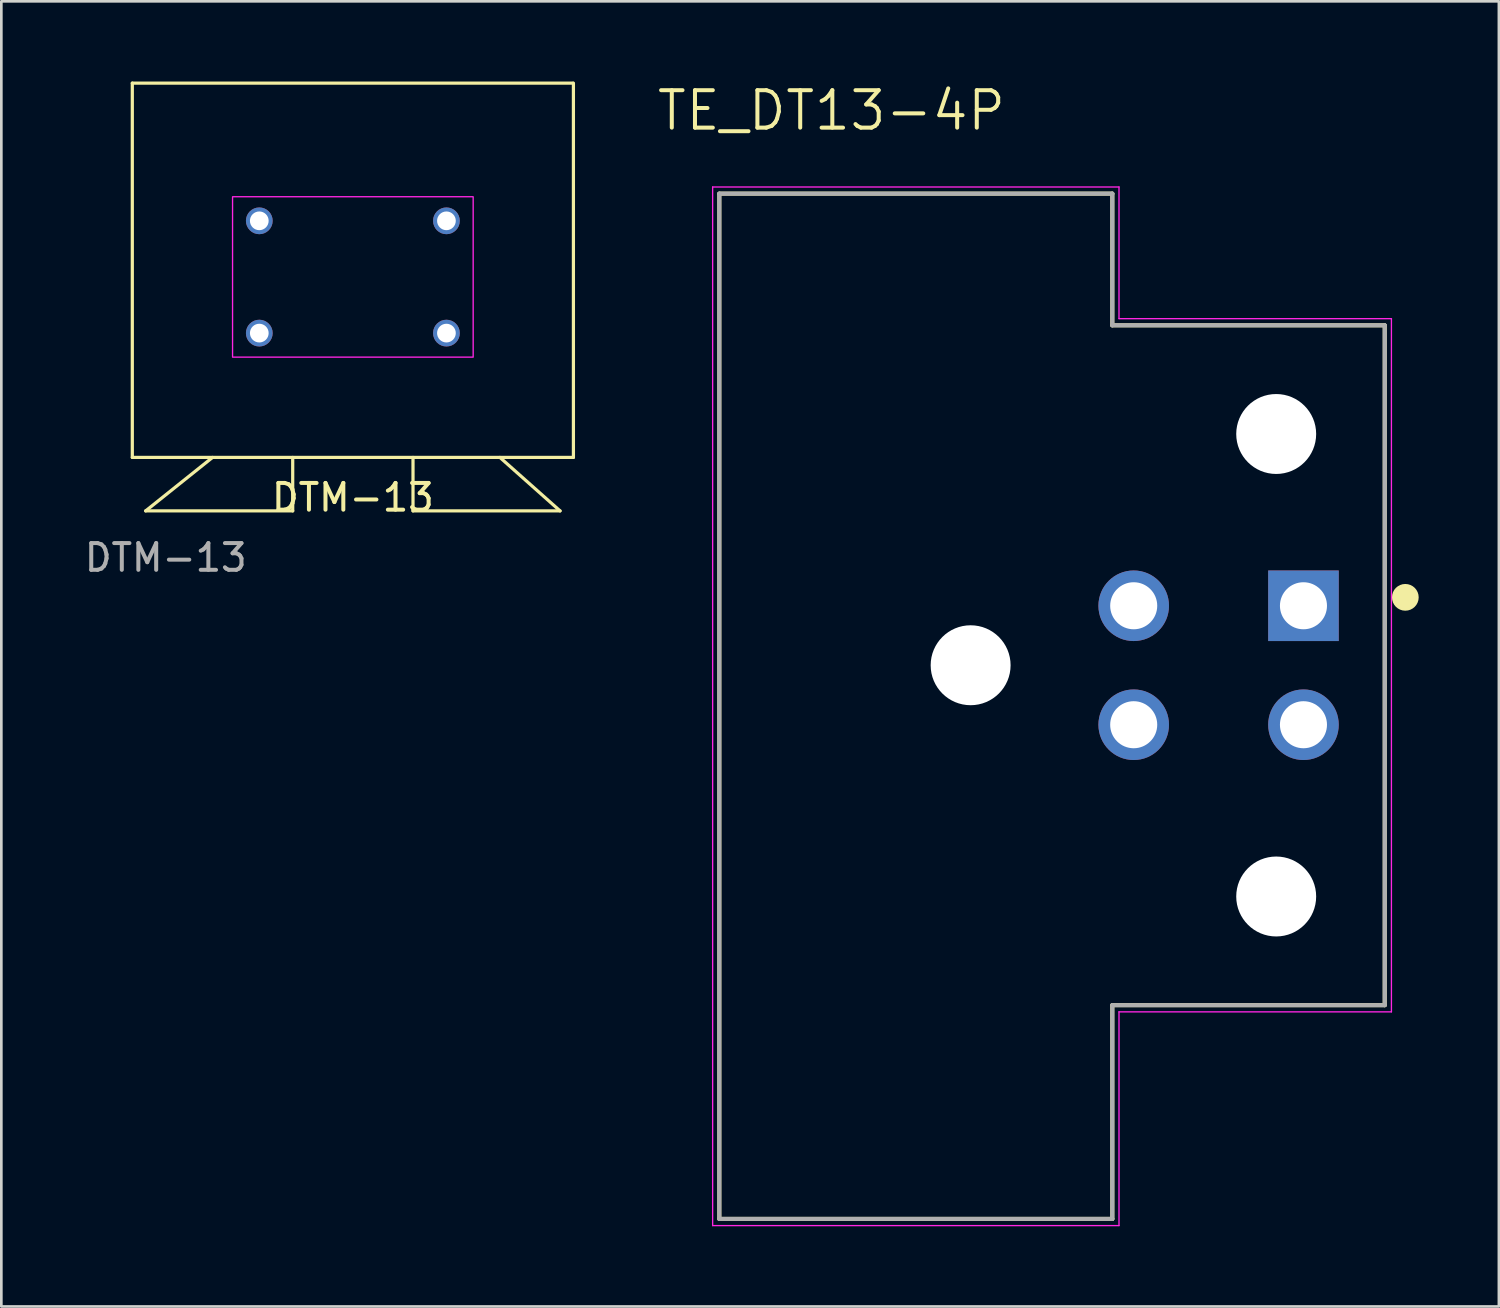
<source format=kicad_pcb>
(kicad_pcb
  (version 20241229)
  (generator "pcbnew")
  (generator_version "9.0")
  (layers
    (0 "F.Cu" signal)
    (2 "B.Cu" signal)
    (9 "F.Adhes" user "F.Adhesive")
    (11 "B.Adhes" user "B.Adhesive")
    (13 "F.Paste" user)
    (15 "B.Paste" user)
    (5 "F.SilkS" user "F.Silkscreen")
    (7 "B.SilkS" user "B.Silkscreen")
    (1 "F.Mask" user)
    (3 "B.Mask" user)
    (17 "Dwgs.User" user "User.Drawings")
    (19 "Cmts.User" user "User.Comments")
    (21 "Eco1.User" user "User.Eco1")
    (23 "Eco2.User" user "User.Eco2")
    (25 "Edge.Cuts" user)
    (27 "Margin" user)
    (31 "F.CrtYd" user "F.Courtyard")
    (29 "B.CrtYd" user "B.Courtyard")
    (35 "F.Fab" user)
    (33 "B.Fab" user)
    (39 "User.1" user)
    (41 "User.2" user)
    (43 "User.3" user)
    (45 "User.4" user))
  (footprint "DTM-13"
    (layer "F.Cu")
    (at 10.149 7.31)
    (property "Reference" "DTM-13" (at 0 8.25 0) (layer "F.SilkS") (effects (font (size 1 1) (thickness 0.15))))
    (attr through_hole)
    (fp_line (start -8.25 -7.25) (end -8.25 6.75) (stroke (width 0.12) (type solid)) (layer "F.SilkS"))
    (fp_line (start -8.25 -7.25) (end 8.225 -7.25) (stroke (width 0.12) (type solid)) (layer "F.SilkS"))
    (fp_line (start -8.25 6.75) (end 8.25 6.75) (stroke (width 0.12) (type solid)) (layer "F.SilkS"))
    (fp_line (start -7.75 8.75) (end -5.25 6.75) (stroke (width 0.12) (type solid)) (layer "F.SilkS"))
    (fp_line (start -7.75 8.75) (end -2.25 8.75) (stroke (width 0.12) (type solid)) (layer "F.SilkS"))
    (fp_line (start -2.25 8.75) (end -2.25 6.75) (stroke (width 0.12) (type solid)) (layer "F.SilkS"))
    (fp_line (start 2.25 8.75) (end 2.25 6.75) (stroke (width 0.12) (type solid)) (layer "F.SilkS"))
    (fp_line (start 2.25 8.75) (end 7.75 8.75) (stroke (width 0.12) (type solid)) (layer "F.SilkS"))
    (fp_line (start 5.5 6.75) (end 7.75 8.75) (stroke (width 0.12) (type solid)) (layer "F.SilkS"))
    (fp_line (start 8.25 -7.25) (end 8.25 6.75) (stroke (width 0.12) (type solid)) (layer "F.SilkS"))
    (fp_rect (start -4.5 -3) (end 4.5 3) (stroke (width 0.05) (type solid)) (fill no) (layer "F.CrtYd"))
    (fp_text user "${REFERENCE}" (at -7 10.5 0) (layer "F.Fab") (effects (font (size 1 1) (thickness 0.15))))
    (pad "1" thru_hole oval (at -3.5 2.1) (size 1 1) (drill 0.7) (layers "*.Cu" "*.Mask"))
    (pad "2" thru_hole oval (at -3.5 -2.1) (size 1 1) (drill 0.7) (layers "*.Cu" "*.Mask"))
    (pad "3" thru_hole circle (at 3.5 -2.1) (size 1 1) (drill 0.7) (layers "*.Cu" "*.Mask"))
    (pad "4" thru_hole oval (at 3.5 2.1) (size 1 1) (drill 0.7) (layers "*.Cu" "*.Mask")))
  (footprint "TE_DT13-4P"
    (layer "F.Cu")
    (at 39.357 21.834)
    (property "Reference" "TE_DT13-4P" (at -11.307 -20.75 0) (layer "F.SilkS") (effects (font (size 1.401 1.401) (thickness 0.15))))
    (attr through_hole)
    (fp_line (start -15.5 -17.64) (end -15.5 20.71) (stroke (width 0.152) (type solid)) (layer "F.SilkS"))
    (fp_line (start -15.5 20.71) (end -0.8 20.71) (stroke (width 0.152) (type solid)) (layer "F.SilkS"))
    (fp_line (start -0.8 -17.64) (end -15.5 -17.64) (stroke (width 0.152) (type solid)) (layer "F.SilkS"))
    (fp_line (start -0.8 -12.715) (end -0.8 -17.64) (stroke (width 0.152) (type solid)) (layer "F.SilkS"))
    (fp_line (start -0.8 -12.715) (end 9.39 -12.715) (stroke (width 0.152) (type solid)) (layer "F.SilkS"))
    (fp_line (start -0.8 20.71) (end -0.8 12.715) (stroke (width 0.152) (type solid)) (layer "F.SilkS"))
    (fp_line (start 9.39 -12.715) (end 9.39 12.715) (stroke (width 0.152) (type solid)) (layer "F.SilkS"))
    (fp_line (start 9.39 12.715) (end -0.8 12.715) (stroke (width 0.152) (type solid)) (layer "F.SilkS"))
    (fp_circle (center 10.16 -2.54) (end 10.41 -2.54) (stroke (width 0.5) (type solid)) (fill no) (layer "F.SilkS"))
    (fp_line (start -15.75 -17.89) (end -0.55 -17.89) (stroke (width 0.05) (type solid)) (layer "F.CrtYd"))
    (fp_line (start -15.75 20.96) (end -15.75 -17.89) (stroke (width 0.05) (type solid)) (layer "F.CrtYd"))
    (fp_line (start -0.55 -17.89) (end -0.55 -12.965) (stroke (width 0.05) (type solid)) (layer "F.CrtYd"))
    (fp_line (start -0.55 -12.965) (end 9.64 -12.965) (stroke (width 0.05) (type solid)) (layer "F.CrtYd"))
    (fp_line (start -0.55 12.965) (end -0.55 20.96) (stroke (width 0.05) (type solid)) (layer "F.CrtYd"))
    (fp_line (start -0.55 20.96) (end -15.75 20.96) (stroke (width 0.05) (type solid)) (layer "F.CrtYd"))
    (fp_line (start 9.64 -12.965) (end 9.64 12.965) (stroke (width 0.05) (type solid)) (layer "F.CrtYd"))
    (fp_line (start 9.64 12.965) (end -0.55 12.965) (stroke (width 0.05) (type solid)) (layer "F.CrtYd"))
    (fp_line (start -15.5 -17.64) (end -15.5 20.71) (stroke (width 0.152) (type solid)) (layer "F.Fab"))
    (fp_line (start -15.5 20.71) (end -0.8 20.71) (stroke (width 0.152) (type solid)) (layer "F.Fab"))
    (fp_line (start -0.8 -17.64) (end -15.5 -17.64) (stroke (width 0.152) (type solid)) (layer "F.Fab"))
    (fp_line (start -0.8 -12.715) (end -0.8 -17.64) (stroke (width 0.152) (type solid)) (layer "F.Fab"))
    (fp_line (start -0.8 -12.715) (end 9.39 -12.715) (stroke (width 0.152) (type solid)) (layer "F.Fab"))
    (fp_line (start -0.8 20.71) (end -0.8 12.715) (stroke (width 0.152) (type solid)) (layer "F.Fab"))
    (fp_line (start 9.39 -12.715) (end 9.39 12.715) (stroke (width 0.152) (type solid)) (layer "F.Fab"))
    (fp_line (start 9.39 12.715) (end -0.8 12.715) (stroke (width 0.152) (type solid)) (layer "F.Fab"))
    (pad "" np_thru_hole circle (at -6.1 0) (size 2.99 2.99) (drill 2.99) (layers "*.Cu" "*.Mask"))
    (pad "" np_thru_hole circle (at 5.33 -8.65) (size 2.99 2.99) (drill 2.99) (layers "*.Cu" "*.Mask"))
    (pad "" np_thru_hole circle (at 5.33 8.65) (size 2.99 2.99) (drill 2.99) (layers "*.Cu" "*.Mask"))
    (pad "1" thru_hole rect (at 6.35 -2.225) (size 2.64 2.64) (drill 1.76) (layers "*.Cu" "*.Mask"))
    (pad "2" thru_hole circle (at 6.35 2.225) (size 2.64 2.64) (drill 1.76) (layers "*.Cu" "*.Mask"))
    (pad "3" thru_hole circle (at 0 2.225) (size 2.64 2.64) (drill 1.76) (layers "*.Cu" "*.Mask"))
    (pad "4" thru_hole circle (at 0 -2.225) (size 2.64 2.64) (drill 1.76) (layers "*.Cu" "*.Mask")))
  (gr_rect
    (start -3 -3)
    (end 53.017 45.819)
    (stroke (width 0.1) (type default))
    (fill no)
    (layer "Edge.Cuts")))
</source>
